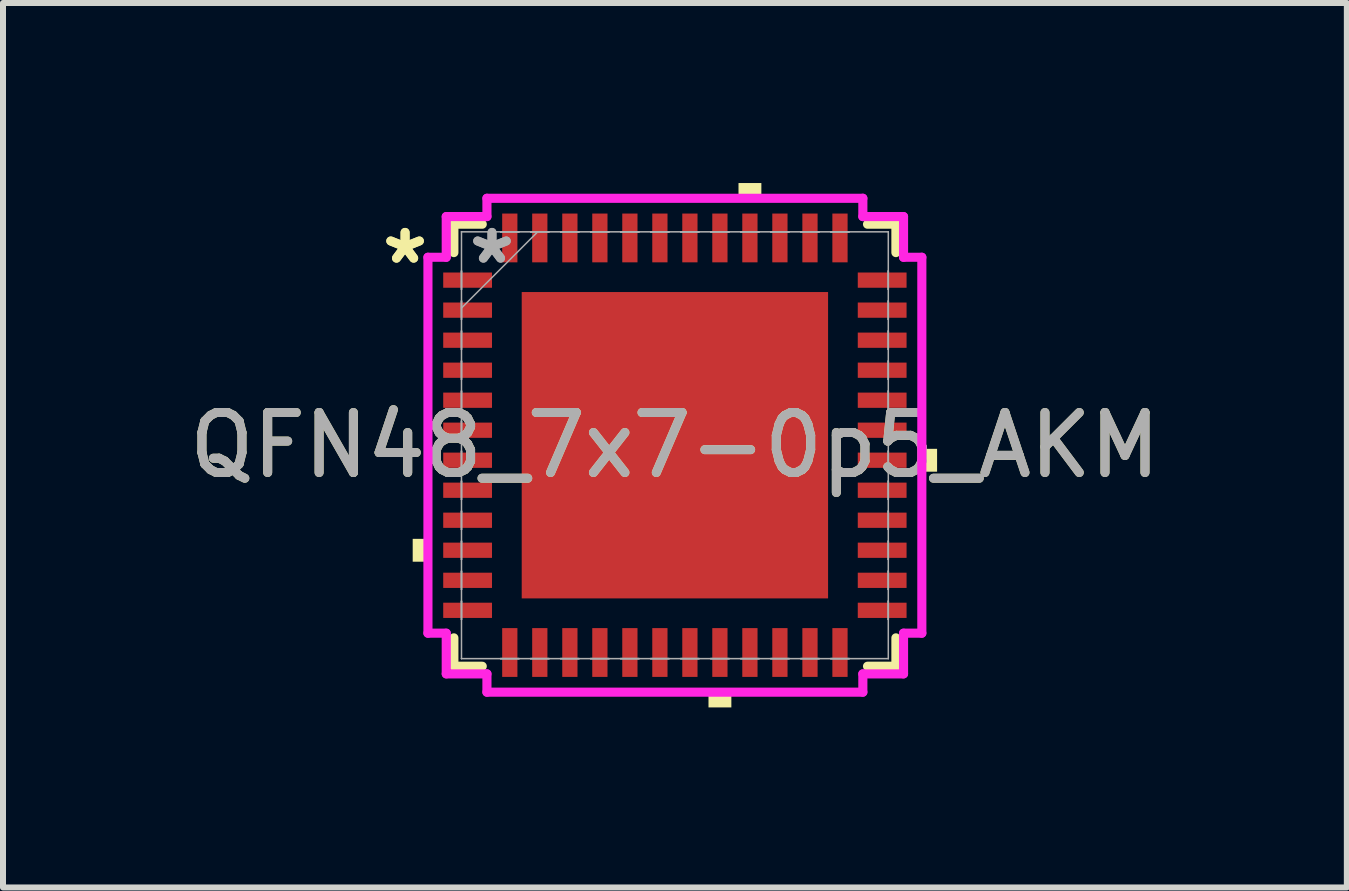
<source format=kicad_pcb>
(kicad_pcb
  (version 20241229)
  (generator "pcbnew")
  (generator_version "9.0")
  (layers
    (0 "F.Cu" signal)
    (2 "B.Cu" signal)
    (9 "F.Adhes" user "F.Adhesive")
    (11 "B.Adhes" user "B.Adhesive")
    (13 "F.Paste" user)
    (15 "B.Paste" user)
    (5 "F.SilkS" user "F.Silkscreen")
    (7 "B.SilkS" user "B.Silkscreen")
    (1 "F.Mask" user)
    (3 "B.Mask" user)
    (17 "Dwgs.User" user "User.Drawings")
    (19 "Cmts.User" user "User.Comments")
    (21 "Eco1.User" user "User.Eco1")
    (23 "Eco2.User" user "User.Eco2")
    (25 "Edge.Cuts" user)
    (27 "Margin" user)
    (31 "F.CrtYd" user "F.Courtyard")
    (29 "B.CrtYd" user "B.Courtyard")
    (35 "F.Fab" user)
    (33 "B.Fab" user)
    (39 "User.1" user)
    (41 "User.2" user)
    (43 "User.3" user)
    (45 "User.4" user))
  (footprint "QFN48_7x7-0p5_AKM"
    (layer "F.Cu")
    (at 8.196 4.369)
    (property "Reference" "QFN48_7x7-0p5_AKM" (at 0 0 0) (unlocked yes) (layer "F.SilkS") (effects (font (size 1 1) (thickness 0.15))))
    (attr smd)
    (fp_line (start -3.683 -3.683) (end -3.683 -3.21) (stroke (width 0.152) (type solid)) (layer "F.SilkS"))
    (fp_line (start -3.683 3.21) (end -3.683 3.683) (stroke (width 0.152) (type solid)) (layer "F.SilkS"))
    (fp_line (start -3.683 3.683) (end -3.21 3.683) (stroke (width 0.152) (type solid)) (layer "F.SilkS"))
    (fp_line (start -3.21 -3.683) (end -3.683 -3.683) (stroke (width 0.152) (type solid)) (layer "F.SilkS"))
    (fp_line (start 3.21 3.683) (end 3.683 3.683) (stroke (width 0.152) (type solid)) (layer "F.SilkS"))
    (fp_line (start 3.683 -3.683) (end 3.21 -3.683) (stroke (width 0.152) (type solid)) (layer "F.SilkS"))
    (fp_line (start 3.683 -3.21) (end 3.683 -3.683) (stroke (width 0.152) (type solid)) (layer "F.SilkS"))
    (fp_line (start 3.683 3.683) (end 3.683 3.21) (stroke (width 0.152) (type solid)) (layer "F.SilkS"))
    (fp_poly (pts (xy -4.369 1.56) (xy -4.369 1.941) (xy -4.115 1.941) (xy -4.115 1.56)) (stroke (width 0) (type solid)) (fill yes) (layer "F.SilkS"))
    (fp_poly (pts (xy 0.56 4.115) (xy 0.56 4.369) (xy 0.941 4.369) (xy 0.941 4.115)) (stroke (width 0) (type solid)) (fill yes) (layer "F.SilkS"))
    (fp_poly (pts (xy 1.06 -4.115) (xy 1.06 -4.369) (xy 1.441 -4.369) (xy 1.441 -4.115)) (stroke (width 0) (type solid)) (fill yes) (layer "F.SilkS"))
    (fp_poly (pts (xy 4.369 0.06) (xy 4.369 0.441) (xy 4.115 0.441) (xy 4.115 0.06)) (stroke (width 0) (type solid)) (fill yes) (layer "F.SilkS"))
    (fp_poly (pts (xy -2.453 -2.453) (xy -2.453 -1.376) (xy -1.376 -1.376) (xy -1.376 -2.453)) (stroke (width 0) (type solid)) (fill yes) (layer "F.Paste"))
    (fp_poly (pts (xy -2.453 -1.176) (xy -2.453 -0.1) (xy -1.376 -0.1) (xy -1.376 -1.176)) (stroke (width 0) (type solid)) (fill yes) (layer "F.Paste"))
    (fp_poly (pts (xy -2.453 0.1) (xy -2.453 1.176) (xy -1.376 1.176) (xy -1.376 0.1)) (stroke (width 0) (type solid)) (fill yes) (layer "F.Paste"))
    (fp_poly (pts (xy -2.453 1.376) (xy -2.453 2.453) (xy -1.376 2.453) (xy -1.376 1.376)) (stroke (width 0) (type solid)) (fill yes) (layer "F.Paste"))
    (fp_poly (pts (xy -1.176 -2.453) (xy -1.176 -1.376) (xy -0.1 -1.376) (xy -0.1 -2.453)) (stroke (width 0) (type solid)) (fill yes) (layer "F.Paste"))
    (fp_poly (pts (xy -1.176 -1.176) (xy -1.176 -0.1) (xy -0.1 -0.1) (xy -0.1 -1.176)) (stroke (width 0) (type solid)) (fill yes) (layer "F.Paste"))
    (fp_poly (pts (xy -1.176 0.1) (xy -1.176 1.176) (xy -0.1 1.176) (xy -0.1 0.1)) (stroke (width 0) (type solid)) (fill yes) (layer "F.Paste"))
    (fp_poly (pts (xy -1.176 1.376) (xy -1.176 2.453) (xy -0.1 2.453) (xy -0.1 1.376)) (stroke (width 0) (type solid)) (fill yes) (layer "F.Paste"))
    (fp_poly (pts (xy 0.1 -2.453) (xy 0.1 -1.376) (xy 1.176 -1.376) (xy 1.176 -2.453)) (stroke (width 0) (type solid)) (fill yes) (layer "F.Paste"))
    (fp_poly (pts (xy 0.1 -1.176) (xy 0.1 -0.1) (xy 1.176 -0.1) (xy 1.176 -1.176)) (stroke (width 0) (type solid)) (fill yes) (layer "F.Paste"))
    (fp_poly (pts (xy 0.1 0.1) (xy 0.1 1.176) (xy 1.176 1.176) (xy 1.176 0.1)) (stroke (width 0) (type solid)) (fill yes) (layer "F.Paste"))
    (fp_poly (pts (xy 0.1 1.376) (xy 0.1 2.453) (xy 1.176 2.453) (xy 1.176 1.376)) (stroke (width 0) (type solid)) (fill yes) (layer "F.Paste"))
    (fp_poly (pts (xy 1.376 -2.453) (xy 1.376 -1.376) (xy 2.453 -1.376) (xy 2.453 -2.453)) (stroke (width 0) (type solid)) (fill yes) (layer "F.Paste"))
    (fp_poly (pts (xy 1.376 -1.176) (xy 1.376 -0.1) (xy 2.453 -0.1) (xy 2.453 -1.176)) (stroke (width 0) (type solid)) (fill yes) (layer "F.Paste"))
    (fp_poly (pts (xy 1.376 0.1) (xy 1.376 1.176) (xy 2.453 1.176) (xy 2.453 0.1)) (stroke (width 0) (type solid)) (fill yes) (layer "F.Paste"))
    (fp_poly (pts (xy 1.376 1.376) (xy 1.376 2.453) (xy 2.453 2.453) (xy 2.453 1.376)) (stroke (width 0) (type solid)) (fill yes) (layer "F.Paste"))
    (fp_line (start -4.115 -3.132) (end -3.81 -3.132) (stroke (width 0.152) (type solid)) (layer "F.CrtYd"))
    (fp_line (start -4.115 3.132) (end -4.115 -3.132) (stroke (width 0.152) (type solid)) (layer "F.CrtYd"))
    (fp_line (start -3.81 -3.81) (end -3.132 -3.81) (stroke (width 0.152) (type solid)) (layer "F.CrtYd"))
    (fp_line (start -3.81 -3.132) (end -3.81 -3.81) (stroke (width 0.152) (type solid)) (layer "F.CrtYd"))
    (fp_line (start -3.81 3.132) (end -4.115 3.132) (stroke (width 0.152) (type solid)) (layer "F.CrtYd"))
    (fp_line (start -3.81 3.81) (end -3.81 3.132) (stroke (width 0.152) (type solid)) (layer "F.CrtYd"))
    (fp_line (start -3.132 -4.115) (end 3.132 -4.115) (stroke (width 0.152) (type solid)) (layer "F.CrtYd"))
    (fp_line (start -3.132 -3.81) (end -3.132 -4.115) (stroke (width 0.152) (type solid)) (layer "F.CrtYd"))
    (fp_line (start -3.132 3.81) (end -3.81 3.81) (stroke (width 0.152) (type solid)) (layer "F.CrtYd"))
    (fp_line (start -3.132 4.115) (end -3.132 3.81) (stroke (width 0.152) (type solid)) (layer "F.CrtYd"))
    (fp_line (start 3.132 -4.115) (end 3.132 -3.81) (stroke (width 0.152) (type solid)) (layer "F.CrtYd"))
    (fp_line (start 3.132 -3.81) (end 3.81 -3.81) (stroke (width 0.152) (type solid)) (layer "F.CrtYd"))
    (fp_line (start 3.132 3.81) (end 3.132 4.115) (stroke (width 0.152) (type solid)) (layer "F.CrtYd"))
    (fp_line (start 3.132 4.115) (end -3.132 4.115) (stroke (width 0.152) (type solid)) (layer "F.CrtYd"))
    (fp_line (start 3.81 -3.81) (end 3.81 -3.132) (stroke (width 0.152) (type solid)) (layer "F.CrtYd"))
    (fp_line (start 3.81 -3.132) (end 4.115 -3.132) (stroke (width 0.152) (type solid)) (layer "F.CrtYd"))
    (fp_line (start 3.81 3.132) (end 3.81 3.81) (stroke (width 0.152) (type solid)) (layer "F.CrtYd"))
    (fp_line (start 3.81 3.81) (end 3.132 3.81) (stroke (width 0.152) (type solid)) (layer "F.CrtYd"))
    (fp_line (start 4.115 -3.132) (end 4.115 3.132) (stroke (width 0.152) (type solid)) (layer "F.CrtYd"))
    (fp_line (start 4.115 3.132) (end 3.81 3.132) (stroke (width 0.152) (type solid)) (layer "F.CrtYd"))
    (fp_line (start -3.556 -3.556) (end -3.556 -3.556) (stroke (width 0.025) (type solid)) (layer "F.Fab"))
    (fp_line (start -3.556 -3.556) (end -3.556 3.556) (stroke (width 0.025) (type solid)) (layer "F.Fab"))
    (fp_line (start -3.556 -2.903) (end -3.556 -2.903) (stroke (width 0.025) (type solid)) (layer "F.Fab"))
    (fp_line (start -3.556 -2.903) (end -3.556 -2.598) (stroke (width 0.025) (type solid)) (layer "F.Fab"))
    (fp_line (start -3.556 -2.598) (end -3.556 -2.903) (stroke (width 0.025) (type solid)) (layer "F.Fab"))
    (fp_line (start -3.556 -2.598) (end -3.556 -2.598) (stroke (width 0.025) (type solid)) (layer "F.Fab"))
    (fp_line (start -3.556 -2.403) (end -3.556 -2.403) (stroke (width 0.025) (type solid)) (layer "F.Fab"))
    (fp_line (start -3.556 -2.403) (end -3.556 -2.098) (stroke (width 0.025) (type solid)) (layer "F.Fab"))
    (fp_line (start -3.556 -2.286) (end -2.286 -3.556) (stroke (width 0.025) (type solid)) (layer "F.Fab"))
    (fp_line (start -3.556 -2.098) (end -3.556 -2.403) (stroke (width 0.025) (type solid)) (layer "F.Fab"))
    (fp_line (start -3.556 -2.098) (end -3.556 -2.098) (stroke (width 0.025) (type solid)) (layer "F.Fab"))
    (fp_line (start -3.556 -1.903) (end -3.556 -1.903) (stroke (width 0.025) (type solid)) (layer "F.Fab"))
    (fp_line (start -3.556 -1.903) (end -3.556 -1.598) (stroke (width 0.025) (type solid)) (layer "F.Fab"))
    (fp_line (start -3.556 -1.598) (end -3.556 -1.903) (stroke (width 0.025) (type solid)) (layer "F.Fab"))
    (fp_line (start -3.556 -1.598) (end -3.556 -1.598) (stroke (width 0.025) (type solid)) (layer "F.Fab"))
    (fp_line (start -3.556 -1.403) (end -3.556 -1.403) (stroke (width 0.025) (type solid)) (layer "F.Fab"))
    (fp_line (start -3.556 -1.403) (end -3.556 -1.098) (stroke (width 0.025) (type solid)) (layer "F.Fab"))
    (fp_line (start -3.556 -1.098) (end -3.556 -1.403) (stroke (width 0.025) (type solid)) (layer "F.Fab"))
    (fp_line (start -3.556 -1.098) (end -3.556 -1.098) (stroke (width 0.025) (type solid)) (layer "F.Fab"))
    (fp_line (start -3.556 -0.903) (end -3.556 -0.903) (stroke (width 0.025) (type solid)) (layer "F.Fab"))
    (fp_line (start -3.556 -0.903) (end -3.556 -0.598) (stroke (width 0.025) (type solid)) (layer "F.Fab"))
    (fp_line (start -3.556 -0.598) (end -3.556 -0.903) (stroke (width 0.025) (type solid)) (layer "F.Fab"))
    (fp_line (start -3.556 -0.598) (end -3.556 -0.598) (stroke (width 0.025) (type solid)) (layer "F.Fab"))
    (fp_line (start -3.556 -0.402) (end -3.556 -0.402) (stroke (width 0.025) (type solid)) (layer "F.Fab"))
    (fp_line (start -3.556 -0.402) (end -3.556 -0.098) (stroke (width 0.025) (type solid)) (layer "F.Fab"))
    (fp_line (start -3.556 -0.098) (end -3.556 -0.402) (stroke (width 0.025) (type solid)) (layer "F.Fab"))
    (fp_line (start -3.556 -0.098) (end -3.556 -0.098) (stroke (width 0.025) (type solid)) (layer "F.Fab"))
    (fp_line (start -3.556 0.098) (end -3.556 0.098) (stroke (width 0.025) (type solid)) (layer "F.Fab"))
    (fp_line (start -3.556 0.098) (end -3.556 0.402) (stroke (width 0.025) (type solid)) (layer "F.Fab"))
    (fp_line (start -3.556 0.402) (end -3.556 0.098) (stroke (width 0.025) (type solid)) (layer "F.Fab"))
    (fp_line (start -3.556 0.402) (end -3.556 0.402) (stroke (width 0.025) (type solid)) (layer "F.Fab"))
    (fp_line (start -3.556 0.598) (end -3.556 0.598) (stroke (width 0.025) (type solid)) (layer "F.Fab"))
    (fp_line (start -3.556 0.598) (end -3.556 0.903) (stroke (width 0.025) (type solid)) (layer "F.Fab"))
    (fp_line (start -3.556 0.903) (end -3.556 0.598) (stroke (width 0.025) (type solid)) (layer "F.Fab"))
    (fp_line (start -3.556 0.903) (end -3.556 0.903) (stroke (width 0.025) (type solid)) (layer "F.Fab"))
    (fp_line (start -3.556 1.098) (end -3.556 1.098) (stroke (width 0.025) (type solid)) (layer "F.Fab"))
    (fp_line (start -3.556 1.098) (end -3.556 1.403) (stroke (width 0.025) (type solid)) (layer "F.Fab"))
    (fp_line (start -3.556 1.403) (end -3.556 1.098) (stroke (width 0.025) (type solid)) (layer "F.Fab"))
    (fp_line (start -3.556 1.403) (end -3.556 1.403) (stroke (width 0.025) (type solid)) (layer "F.Fab"))
    (fp_line (start -3.556 1.598) (end -3.556 1.598) (stroke (width 0.025) (type solid)) (layer "F.Fab"))
    (fp_line (start -3.556 1.598) (end -3.556 1.903) (stroke (width 0.025) (type solid)) (layer "F.Fab"))
    (fp_line (start -3.556 1.903) (end -3.556 1.598) (stroke (width 0.025) (type solid)) (layer "F.Fab"))
    (fp_line (start -3.556 1.903) (end -3.556 1.903) (stroke (width 0.025) (type solid)) (layer "F.Fab"))
    (fp_line (start -3.556 2.098) (end -3.556 2.098) (stroke (width 0.025) (type solid)) (layer "F.Fab"))
    (fp_line (start -3.556 2.098) (end -3.556 2.403) (stroke (width 0.025) (type solid)) (layer "F.Fab"))
    (fp_line (start -3.556 2.403) (end -3.556 2.098) (stroke (width 0.025) (type solid)) (layer "F.Fab"))
    (fp_line (start -3.556 2.403) (end -3.556 2.403) (stroke (width 0.025) (type solid)) (layer "F.Fab"))
    (fp_line (start -3.556 2.598) (end -3.556 2.598) (stroke (width 0.025) (type solid)) (layer "F.Fab"))
    (fp_line (start -3.556 2.598) (end -3.556 2.903) (stroke (width 0.025) (type solid)) (layer "F.Fab"))
    (fp_line (start -3.556 2.903) (end -3.556 2.598) (stroke (width 0.025) (type solid)) (layer "F.Fab"))
    (fp_line (start -3.556 2.903) (end -3.556 2.903) (stroke (width 0.025) (type solid)) (layer "F.Fab"))
    (fp_line (start -3.556 3.556) (end -3.556 3.556) (stroke (width 0.025) (type solid)) (layer "F.Fab"))
    (fp_line (start -3.556 3.556) (end 3.556 3.556) (stroke (width 0.025) (type solid)) (layer "F.Fab"))
    (fp_line (start -2.903 -3.556) (end -2.903 -3.556) (stroke (width 0.025) (type solid)) (layer "F.Fab"))
    (fp_line (start -2.903 -3.556) (end -2.598 -3.556) (stroke (width 0.025) (type solid)) (layer "F.Fab"))
    (fp_line (start -2.903 3.556) (end -2.903 3.556) (stroke (width 0.025) (type solid)) (layer "F.Fab"))
    (fp_line (start -2.903 3.556) (end -2.598 3.556) (stroke (width 0.025) (type solid)) (layer "F.Fab"))
    (fp_line (start -2.598 -3.556) (end -2.903 -3.556) (stroke (width 0.025) (type solid)) (layer "F.Fab"))
    (fp_line (start -2.598 -3.556) (end -2.598 -3.556) (stroke (width 0.025) (type solid)) (layer "F.Fab"))
    (fp_line (start -2.598 3.556) (end -2.903 3.556) (stroke (width 0.025) (type solid)) (layer "F.Fab"))
    (fp_line (start -2.598 3.556) (end -2.598 3.556) (stroke (width 0.025) (type solid)) (layer "F.Fab"))
    (fp_line (start -2.403 -3.556) (end -2.403 -3.556) (stroke (width 0.025) (type solid)) (layer "F.Fab"))
    (fp_line (start -2.403 -3.556) (end -2.098 -3.556) (stroke (width 0.025) (type solid)) (layer "F.Fab"))
    (fp_line (start -2.403 3.556) (end -2.403 3.556) (stroke (width 0.025) (type solid)) (layer "F.Fab"))
    (fp_line (start -2.403 3.556) (end -2.098 3.556) (stroke (width 0.025) (type solid)) (layer "F.Fab"))
    (fp_line (start -2.098 -3.556) (end -2.403 -3.556) (stroke (width 0.025) (type solid)) (layer "F.Fab"))
    (fp_line (start -2.098 -3.556) (end -2.098 -3.556) (stroke (width 0.025) (type solid)) (layer "F.Fab"))
    (fp_line (start -2.098 3.556) (end -2.403 3.556) (stroke (width 0.025) (type solid)) (layer "F.Fab"))
    (fp_line (start -2.098 3.556) (end -2.098 3.556) (stroke (width 0.025) (type solid)) (layer "F.Fab"))
    (fp_line (start -1.903 -3.556) (end -1.903 -3.556) (stroke (width 0.025) (type solid)) (layer "F.Fab"))
    (fp_line (start -1.903 -3.556) (end -1.598 -3.556) (stroke (width 0.025) (type solid)) (layer "F.Fab"))
    (fp_line (start -1.903 3.556) (end -1.903 3.556) (stroke (width 0.025) (type solid)) (layer "F.Fab"))
    (fp_line (start -1.903 3.556) (end -1.598 3.556) (stroke (width 0.025) (type solid)) (layer "F.Fab"))
    (fp_line (start -1.598 -3.556) (end -1.903 -3.556) (stroke (width 0.025) (type solid)) (layer "F.Fab"))
    (fp_line (start -1.598 -3.556) (end -1.598 -3.556) (stroke (width 0.025) (type solid)) (layer "F.Fab"))
    (fp_line (start -1.598 3.556) (end -1.903 3.556) (stroke (width 0.025) (type solid)) (layer "F.Fab"))
    (fp_line (start -1.598 3.556) (end -1.598 3.556) (stroke (width 0.025) (type solid)) (layer "F.Fab"))
    (fp_line (start -1.403 -3.556) (end -1.403 -3.556) (stroke (width 0.025) (type solid)) (layer "F.Fab"))
    (fp_line (start -1.403 -3.556) (end -1.098 -3.556) (stroke (width 0.025) (type solid)) (layer "F.Fab"))
    (fp_line (start -1.403 3.556) (end -1.403 3.556) (stroke (width 0.025) (type solid)) (layer "F.Fab"))
    (fp_line (start -1.403 3.556) (end -1.098 3.556) (stroke (width 0.025) (type solid)) (layer "F.Fab"))
    (fp_line (start -1.098 -3.556) (end -1.403 -3.556) (stroke (width 0.025) (type solid)) (layer "F.Fab"))
    (fp_line (start -1.098 -3.556) (end -1.098 -3.556) (stroke (width 0.025) (type solid)) (layer "F.Fab"))
    (fp_line (start -1.098 3.556) (end -1.403 3.556) (stroke (width 0.025) (type solid)) (layer "F.Fab"))
    (fp_line (start -1.098 3.556) (end -1.098 3.556) (stroke (width 0.025) (type solid)) (layer "F.Fab"))
    (fp_line (start -0.903 -3.556) (end -0.903 -3.556) (stroke (width 0.025) (type solid)) (layer "F.Fab"))
    (fp_line (start -0.903 -3.556) (end -0.598 -3.556) (stroke (width 0.025) (type solid)) (layer "F.Fab"))
    (fp_line (start -0.903 3.556) (end -0.903 3.556) (stroke (width 0.025) (type solid)) (layer "F.Fab"))
    (fp_line (start -0.903 3.556) (end -0.598 3.556) (stroke (width 0.025) (type solid)) (layer "F.Fab"))
    (fp_line (start -0.598 -3.556) (end -0.903 -3.556) (stroke (width 0.025) (type solid)) (layer "F.Fab"))
    (fp_line (start -0.598 -3.556) (end -0.598 -3.556) (stroke (width 0.025) (type solid)) (layer "F.Fab"))
    (fp_line (start -0.598 3.556) (end -0.903 3.556) (stroke (width 0.025) (type solid)) (layer "F.Fab"))
    (fp_line (start -0.598 3.556) (end -0.598 3.556) (stroke (width 0.025) (type solid)) (layer "F.Fab"))
    (fp_line (start -0.402 -3.556) (end -0.402 -3.556) (stroke (width 0.025) (type solid)) (layer "F.Fab"))
    (fp_line (start -0.402 -3.556) (end -0.098 -3.556) (stroke (width 0.025) (type solid)) (layer "F.Fab"))
    (fp_line (start -0.402 3.556) (end -0.402 3.556) (stroke (width 0.025) (type solid)) (layer "F.Fab"))
    (fp_line (start -0.402 3.556) (end -0.098 3.556) (stroke (width 0.025) (type solid)) (layer "F.Fab"))
    (fp_line (start -0.098 -3.556) (end -0.402 -3.556) (stroke (width 0.025) (type solid)) (layer "F.Fab"))
    (fp_line (start -0.098 -3.556) (end -0.098 -3.556) (stroke (width 0.025) (type solid)) (layer "F.Fab"))
    (fp_line (start -0.098 3.556) (end -0.402 3.556) (stroke (width 0.025) (type solid)) (layer "F.Fab"))
    (fp_line (start -0.098 3.556) (end -0.098 3.556) (stroke (width 0.025) (type solid)) (layer "F.Fab"))
    (fp_line (start 0.098 -3.556) (end 0.098 -3.556) (stroke (width 0.025) (type solid)) (layer "F.Fab"))
    (fp_line (start 0.098 -3.556) (end 0.402 -3.556) (stroke (width 0.025) (type solid)) (layer "F.Fab"))
    (fp_line (start 0.098 3.556) (end 0.098 3.556) (stroke (width 0.025) (type solid)) (layer "F.Fab"))
    (fp_line (start 0.098 3.556) (end 0.402 3.556) (stroke (width 0.025) (type solid)) (layer "F.Fab"))
    (fp_line (start 0.402 -3.556) (end 0.098 -3.556) (stroke (width 0.025) (type solid)) (layer "F.Fab"))
    (fp_line (start 0.402 -3.556) (end 0.402 -3.556) (stroke (width 0.025) (type solid)) (layer "F.Fab"))
    (fp_line (start 0.402 3.556) (end 0.098 3.556) (stroke (width 0.025) (type solid)) (layer "F.Fab"))
    (fp_line (start 0.402 3.556) (end 0.402 3.556) (stroke (width 0.025) (type solid)) (layer "F.Fab"))
    (fp_line (start 0.598 -3.556) (end 0.598 -3.556) (stroke (width 0.025) (type solid)) (layer "F.Fab"))
    (fp_line (start 0.598 -3.556) (end 0.903 -3.556) (stroke (width 0.025) (type solid)) (layer "F.Fab"))
    (fp_line (start 0.598 3.556) (end 0.598 3.556) (stroke (width 0.025) (type solid)) (layer "F.Fab"))
    (fp_line (start 0.598 3.556) (end 0.903 3.556) (stroke (width 0.025) (type solid)) (layer "F.Fab"))
    (fp_line (start 0.903 -3.556) (end 0.598 -3.556) (stroke (width 0.025) (type solid)) (layer "F.Fab"))
    (fp_line (start 0.903 -3.556) (end 0.903 -3.556) (stroke (width 0.025) (type solid)) (layer "F.Fab"))
    (fp_line (start 0.903 3.556) (end 0.598 3.556) (stroke (width 0.025) (type solid)) (layer "F.Fab"))
    (fp_line (start 0.903 3.556) (end 0.903 3.556) (stroke (width 0.025) (type solid)) (layer "F.Fab"))
    (fp_line (start 1.098 -3.556) (end 1.098 -3.556) (stroke (width 0.025) (type solid)) (layer "F.Fab"))
    (fp_line (start 1.098 -3.556) (end 1.403 -3.556) (stroke (width 0.025) (type solid)) (layer "F.Fab"))
    (fp_line (start 1.098 3.556) (end 1.098 3.556) (stroke (width 0.025) (type solid)) (layer "F.Fab"))
    (fp_line (start 1.098 3.556) (end 1.403 3.556) (stroke (width 0.025) (type solid)) (layer "F.Fab"))
    (fp_line (start 1.403 -3.556) (end 1.098 -3.556) (stroke (width 0.025) (type solid)) (layer "F.Fab"))
    (fp_line (start 1.403 -3.556) (end 1.403 -3.556) (stroke (width 0.025) (type solid)) (layer "F.Fab"))
    (fp_line (start 1.403 3.556) (end 1.098 3.556) (stroke (width 0.025) (type solid)) (layer "F.Fab"))
    (fp_line (start 1.403 3.556) (end 1.403 3.556) (stroke (width 0.025) (type solid)) (layer "F.Fab"))
    (fp_line (start 1.598 -3.556) (end 1.598 -3.556) (stroke (width 0.025) (type solid)) (layer "F.Fab"))
    (fp_line (start 1.598 -3.556) (end 1.903 -3.556) (stroke (width 0.025) (type solid)) (layer "F.Fab"))
    (fp_line (start 1.598 3.556) (end 1.598 3.556) (stroke (width 0.025) (type solid)) (layer "F.Fab"))
    (fp_line (start 1.598 3.556) (end 1.903 3.556) (stroke (width 0.025) (type solid)) (layer "F.Fab"))
    (fp_line (start 1.903 -3.556) (end 1.598 -3.556) (stroke (width 0.025) (type solid)) (layer "F.Fab"))
    (fp_line (start 1.903 -3.556) (end 1.903 -3.556) (stroke (width 0.025) (type solid)) (layer "F.Fab"))
    (fp_line (start 1.903 3.556) (end 1.598 3.556) (stroke (width 0.025) (type solid)) (layer "F.Fab"))
    (fp_line (start 1.903 3.556) (end 1.903 3.556) (stroke (width 0.025) (type solid)) (layer "F.Fab"))
    (fp_line (start 2.098 -3.556) (end 2.098 -3.556) (stroke (width 0.025) (type solid)) (layer "F.Fab"))
    (fp_line (start 2.098 -3.556) (end 2.403 -3.556) (stroke (width 0.025) (type solid)) (layer "F.Fab"))
    (fp_line (start 2.098 3.556) (end 2.098 3.556) (stroke (width 0.025) (type solid)) (layer "F.Fab"))
    (fp_line (start 2.098 3.556) (end 2.403 3.556) (stroke (width 0.025) (type solid)) (layer "F.Fab"))
    (fp_line (start 2.403 -3.556) (end 2.098 -3.556) (stroke (width 0.025) (type solid)) (layer "F.Fab"))
    (fp_line (start 2.403 -3.556) (end 2.403 -3.556) (stroke (width 0.025) (type solid)) (layer "F.Fab"))
    (fp_line (start 2.403 3.556) (end 2.098 3.556) (stroke (width 0.025) (type solid)) (layer "F.Fab"))
    (fp_line (start 2.403 3.556) (end 2.403 3.556) (stroke (width 0.025) (type solid)) (layer "F.Fab"))
    (fp_line (start 2.598 -3.556) (end 2.598 -3.556) (stroke (width 0.025) (type solid)) (layer "F.Fab"))
    (fp_line (start 2.598 -3.556) (end 2.903 -3.556) (stroke (width 0.025) (type solid)) (layer "F.Fab"))
    (fp_line (start 2.598 3.556) (end 2.598 3.556) (stroke (width 0.025) (type solid)) (layer "F.Fab"))
    (fp_line (start 2.598 3.556) (end 2.903 3.556) (stroke (width 0.025) (type solid)) (layer "F.Fab"))
    (fp_line (start 2.903 -3.556) (end 2.598 -3.556) (stroke (width 0.025) (type solid)) (layer "F.Fab"))
    (fp_line (start 2.903 -3.556) (end 2.903 -3.556) (stroke (width 0.025) (type solid)) (layer "F.Fab"))
    (fp_line (start 2.903 3.556) (end 2.598 3.556) (stroke (width 0.025) (type solid)) (layer "F.Fab"))
    (fp_line (start 2.903 3.556) (end 2.903 3.556) (stroke (width 0.025) (type solid)) (layer "F.Fab"))
    (fp_line (start 3.556 -3.556) (end -3.556 -3.556) (stroke (width 0.025) (type solid)) (layer "F.Fab"))
    (fp_line (start 3.556 -3.556) (end 3.556 -3.556) (stroke (width 0.025) (type solid)) (layer "F.Fab"))
    (fp_line (start 3.556 -2.903) (end 3.556 -2.903) (stroke (width 0.025) (type solid)) (layer "F.Fab"))
    (fp_line (start 3.556 -2.903) (end 3.556 -2.598) (stroke (width 0.025) (type solid)) (layer "F.Fab"))
    (fp_line (start 3.556 -2.598) (end 3.556 -2.903) (stroke (width 0.025) (type solid)) (layer "F.Fab"))
    (fp_line (start 3.556 -2.598) (end 3.556 -2.598) (stroke (width 0.025) (type solid)) (layer "F.Fab"))
    (fp_line (start 3.556 -2.403) (end 3.556 -2.403) (stroke (width 0.025) (type solid)) (layer "F.Fab"))
    (fp_line (start 3.556 -2.403) (end 3.556 -2.098) (stroke (width 0.025) (type solid)) (layer "F.Fab"))
    (fp_line (start 3.556 -2.098) (end 3.556 -2.403) (stroke (width 0.025) (type solid)) (layer "F.Fab"))
    (fp_line (start 3.556 -2.098) (end 3.556 -2.098) (stroke (width 0.025) (type solid)) (layer "F.Fab"))
    (fp_line (start 3.556 -1.903) (end 3.556 -1.903) (stroke (width 0.025) (type solid)) (layer "F.Fab"))
    (fp_line (start 3.556 -1.903) (end 3.556 -1.598) (stroke (width 0.025) (type solid)) (layer "F.Fab"))
    (fp_line (start 3.556 -1.598) (end 3.556 -1.903) (stroke (width 0.025) (type solid)) (layer "F.Fab"))
    (fp_line (start 3.556 -1.598) (end 3.556 -1.598) (stroke (width 0.025) (type solid)) (layer "F.Fab"))
    (fp_line (start 3.556 -1.403) (end 3.556 -1.403) (stroke (width 0.025) (type solid)) (layer "F.Fab"))
    (fp_line (start 3.556 -1.403) (end 3.556 -1.098) (stroke (width 0.025) (type solid)) (layer "F.Fab"))
    (fp_line (start 3.556 -1.098) (end 3.556 -1.403) (stroke (width 0.025) (type solid)) (layer "F.Fab"))
    (fp_line (start 3.556 -1.098) (end 3.556 -1.098) (stroke (width 0.025) (type solid)) (layer "F.Fab"))
    (fp_line (start 3.556 -0.903) (end 3.556 -0.903) (stroke (width 0.025) (type solid)) (layer "F.Fab"))
    (fp_line (start 3.556 -0.903) (end 3.556 -0.598) (stroke (width 0.025) (type solid)) (layer "F.Fab"))
    (fp_line (start 3.556 -0.598) (end 3.556 -0.903) (stroke (width 0.025) (type solid)) (layer "F.Fab"))
    (fp_line (start 3.556 -0.598) (end 3.556 -0.598) (stroke (width 0.025) (type solid)) (layer "F.Fab"))
    (fp_line (start 3.556 -0.402) (end 3.556 -0.402) (stroke (width 0.025) (type solid)) (layer "F.Fab"))
    (fp_line (start 3.556 -0.402) (end 3.556 -0.098) (stroke (width 0.025) (type solid)) (layer "F.Fab"))
    (fp_line (start 3.556 -0.098) (end 3.556 -0.402) (stroke (width 0.025) (type solid)) (layer "F.Fab"))
    (fp_line (start 3.556 -0.098) (end 3.556 -0.098) (stroke (width 0.025) (type solid)) (layer "F.Fab"))
    (fp_line (start 3.556 0.098) (end 3.556 0.098) (stroke (width 0.025) (type solid)) (layer "F.Fab"))
    (fp_line (start 3.556 0.098) (end 3.556 0.402) (stroke (width 0.025) (type solid)) (layer "F.Fab"))
    (fp_line (start 3.556 0.402) (end 3.556 0.098) (stroke (width 0.025) (type solid)) (layer "F.Fab"))
    (fp_line (start 3.556 0.402) (end 3.556 0.402) (stroke (width 0.025) (type solid)) (layer "F.Fab"))
    (fp_line (start 3.556 0.598) (end 3.556 0.598) (stroke (width 0.025) (type solid)) (layer "F.Fab"))
    (fp_line (start 3.556 0.598) (end 3.556 0.903) (stroke (width 0.025) (type solid)) (layer "F.Fab"))
    (fp_line (start 3.556 0.903) (end 3.556 0.598) (stroke (width 0.025) (type solid)) (layer "F.Fab"))
    (fp_line (start 3.556 0.903) (end 3.556 0.903) (stroke (width 0.025) (type solid)) (layer "F.Fab"))
    (fp_line (start 3.556 1.098) (end 3.556 1.098) (stroke (width 0.025) (type solid)) (layer "F.Fab"))
    (fp_line (start 3.556 1.098) (end 3.556 1.403) (stroke (width 0.025) (type solid)) (layer "F.Fab"))
    (fp_line (start 3.556 1.403) (end 3.556 1.098) (stroke (width 0.025) (type solid)) (layer "F.Fab"))
    (fp_line (start 3.556 1.403) (end 3.556 1.403) (stroke (width 0.025) (type solid)) (layer "F.Fab"))
    (fp_line (start 3.556 1.598) (end 3.556 1.598) (stroke (width 0.025) (type solid)) (layer "F.Fab"))
    (fp_line (start 3.556 1.598) (end 3.556 1.903) (stroke (width 0.025) (type solid)) (layer "F.Fab"))
    (fp_line (start 3.556 1.903) (end 3.556 1.598) (stroke (width 0.025) (type solid)) (layer "F.Fab"))
    (fp_line (start 3.556 1.903) (end 3.556 1.903) (stroke (width 0.025) (type solid)) (layer "F.Fab"))
    (fp_line (start 3.556 2.098) (end 3.556 2.098) (stroke (width 0.025) (type solid)) (layer "F.Fab"))
    (fp_line (start 3.556 2.098) (end 3.556 2.403) (stroke (width 0.025) (type solid)) (layer "F.Fab"))
    (fp_line (start 3.556 2.403) (end 3.556 2.098) (stroke (width 0.025) (type solid)) (layer "F.Fab"))
    (fp_line (start 3.556 2.403) (end 3.556 2.403) (stroke (width 0.025) (type solid)) (layer "F.Fab"))
    (fp_line (start 3.556 2.598) (end 3.556 2.598) (stroke (width 0.025) (type solid)) (layer "F.Fab"))
    (fp_line (start 3.556 2.598) (end 3.556 2.903) (stroke (width 0.025) (type solid)) (layer "F.Fab"))
    (fp_line (start 3.556 2.903) (end 3.556 2.598) (stroke (width 0.025) (type solid)) (layer "F.Fab"))
    (fp_line (start 3.556 2.903) (end 3.556 2.903) (stroke (width 0.025) (type solid)) (layer "F.Fab"))
    (fp_line (start 3.556 3.556) (end 3.556 -3.556) (stroke (width 0.025) (type solid)) (layer "F.Fab"))
    (fp_line (start 3.556 3.556) (end 3.556 3.556) (stroke (width 0.025) (type solid)) (layer "F.Fab"))
    (fp_text user "*" (at -4.496 -3.001 0) (unlocked yes) (layer "F.SilkS") (effects (font (size 1 1) (thickness 0.15))))
    (fp_text user "*" (at -4.496 -3.001 0) (layer "F.SilkS") (effects (font (size 1 1) (thickness 0.15))))
    (fp_text user "*" (at -3.048 -3.001 0) (unlocked yes) (layer "F.Fab") (effects (font (size 1 1) (thickness 0.15))))
    (fp_text user "*" (at -3.048 -3.001 0) (layer "F.Fab") (effects (font (size 1 1) (thickness 0.15))))
    (fp_text user "${REFERENCE}" (at 0 0 0) (unlocked yes) (layer "F.Fab") (effects (font (size 1 1) (thickness 0.15))))
    (pad "1" smd rect (at -3.454 -2.751 90) (size 0.254 0.813) (layers "F.Cu" "F.Mask" "F.Paste"))
    (pad "2" smd rect (at -3.454 -2.251 90) (size 0.254 0.813) (layers "F.Cu" "F.Mask" "F.Paste"))
    (pad "3" smd rect (at -3.454 -1.75 90) (size 0.254 0.813) (layers "F.Cu" "F.Mask" "F.Paste"))
    (pad "4" smd rect (at -3.454 -1.25 90) (size 0.254 0.813) (layers "F.Cu" "F.Mask" "F.Paste"))
    (pad "5" smd rect (at -3.454 -0.75 90) (size 0.254 0.813) (layers "F.Cu" "F.Mask" "F.Paste"))
    (pad "6" smd rect (at -3.454 -0.25 90) (size 0.254 0.813) (layers "F.Cu" "F.Mask" "F.Paste"))
    (pad "7" smd rect (at -3.454 0.25 90) (size 0.254 0.813) (layers "F.Cu" "F.Mask" "F.Paste"))
    (pad "8" smd rect (at -3.454 0.75 90) (size 0.254 0.813) (layers "F.Cu" "F.Mask" "F.Paste"))
    (pad "9" smd rect (at -3.454 1.25 90) (size 0.254 0.813) (layers "F.Cu" "F.Mask" "F.Paste"))
    (pad "10" smd rect (at -3.454 1.75 90) (size 0.254 0.813) (layers "F.Cu" "F.Mask" "F.Paste"))
    (pad "11" smd rect (at -3.454 2.251 90) (size 0.254 0.813) (layers "F.Cu" "F.Mask" "F.Paste"))
    (pad "12" smd rect (at -3.454 2.751 90) (size 0.254 0.813) (layers "F.Cu" "F.Mask" "F.Paste"))
    (pad "13" smd rect (at -2.751 3.454) (size 0.254 0.813) (layers "F.Cu" "F.Mask" "F.Paste"))
    (pad "14" smd rect (at -2.251 3.454) (size 0.254 0.813) (layers "F.Cu" "F.Mask" "F.Paste"))
    (pad "15" smd rect (at -1.75 3.454) (size 0.254 0.813) (layers "F.Cu" "F.Mask" "F.Paste"))
    (pad "16" smd rect (at -1.25 3.454) (size 0.254 0.813) (layers "F.Cu" "F.Mask" "F.Paste"))
    (pad "17" smd rect (at -0.75 3.454) (size 0.254 0.813) (layers "F.Cu" "F.Mask" "F.Paste"))
    (pad "18" smd rect (at -0.25 3.454) (size 0.254 0.813) (layers "F.Cu" "F.Mask" "F.Paste"))
    (pad "19" smd rect (at 0.25 3.454) (size 0.254 0.813) (layers "F.Cu" "F.Mask" "F.Paste"))
    (pad "20" smd rect (at 0.75 3.454) (size 0.254 0.813) (layers "F.Cu" "F.Mask" "F.Paste"))
    (pad "21" smd rect (at 1.25 3.454) (size 0.254 0.813) (layers "F.Cu" "F.Mask" "F.Paste"))
    (pad "22" smd rect (at 1.75 3.454) (size 0.254 0.813) (layers "F.Cu" "F.Mask" "F.Paste"))
    (pad "23" smd rect (at 2.251 3.454) (size 0.254 0.813) (layers "F.Cu" "F.Mask" "F.Paste"))
    (pad "24" smd rect (at 2.751 3.454) (size 0.254 0.813) (layers "F.Cu" "F.Mask" "F.Paste"))
    (pad "25" smd rect (at 3.454 2.751 90) (size 0.254 0.813) (layers "F.Cu" "F.Mask" "F.Paste"))
    (pad "26" smd rect (at 3.454 2.251 90) (size 0.254 0.813) (layers "F.Cu" "F.Mask" "F.Paste"))
    (pad "27" smd rect (at 3.454 1.75 90) (size 0.254 0.813) (layers "F.Cu" "F.Mask" "F.Paste"))
    (pad "28" smd rect (at 3.454 1.25 90) (size 0.254 0.813) (layers "F.Cu" "F.Mask" "F.Paste"))
    (pad "29" smd rect (at 3.454 0.75 90) (size 0.254 0.813) (layers "F.Cu" "F.Mask" "F.Paste"))
    (pad "30" smd rect (at 3.454 0.25 90) (size 0.254 0.813) (layers "F.Cu" "F.Mask" "F.Paste"))
    (pad "31" smd rect (at 3.454 -0.25 90) (size 0.254 0.813) (layers "F.Cu" "F.Mask" "F.Paste"))
    (pad "32" smd rect (at 3.454 -0.75 90) (size 0.254 0.813) (layers "F.Cu" "F.Mask" "F.Paste"))
    (pad "33" smd rect (at 3.454 -1.25 90) (size 0.254 0.813) (layers "F.Cu" "F.Mask" "F.Paste"))
    (pad "34" smd rect (at 3.454 -1.75 90) (size 0.254 0.813) (layers "F.Cu" "F.Mask" "F.Paste"))
    (pad "35" smd rect (at 3.454 -2.251 90) (size 0.254 0.813) (layers "F.Cu" "F.Mask" "F.Paste"))
    (pad "36" smd rect (at 3.454 -2.751 90) (size 0.254 0.813) (layers "F.Cu" "F.Mask" "F.Paste"))
    (pad "37" smd rect (at 2.751 -3.454) (size 0.254 0.813) (layers "F.Cu" "F.Mask" "F.Paste"))
    (pad "38" smd rect (at 2.251 -3.454) (size 0.254 0.813) (layers "F.Cu" "F.Mask" "F.Paste"))
    (pad "39" smd rect (at 1.75 -3.454) (size 0.254 0.813) (layers "F.Cu" "F.Mask" "F.Paste"))
    (pad "40" smd rect (at 1.25 -3.454) (size 0.254 0.813) (layers "F.Cu" "F.Mask" "F.Paste"))
    (pad "41" smd rect (at 0.75 -3.454) (size 0.254 0.813) (layers "F.Cu" "F.Mask" "F.Paste"))
    (pad "42" smd rect (at 0.25 -3.454) (size 0.254 0.813) (layers "F.Cu" "F.Mask" "F.Paste"))
    (pad "43" smd rect (at -0.25 -3.454) (size 0.254 0.813) (layers "F.Cu" "F.Mask" "F.Paste"))
    (pad "44" smd rect (at -0.75 -3.454) (size 0.254 0.813) (layers "F.Cu" "F.Mask" "F.Paste"))
    (pad "45" smd rect (at -1.25 -3.454) (size 0.254 0.813) (layers "F.Cu" "F.Mask" "F.Paste"))
    (pad "46" smd rect (at -1.75 -3.454) (size 0.254 0.813) (layers "F.Cu" "F.Mask" "F.Paste"))
    (pad "47" smd rect (at -2.251 -3.454) (size 0.254 0.813) (layers "F.Cu" "F.Mask" "F.Paste"))
    (pad "48" smd rect (at -2.751 -3.454) (size 0.254 0.813) (layers "F.Cu" "F.Mask" "F.Paste"))
    (pad "49" smd rect (at 0 0) (size 5.105 5.105) (layers "F.Cu" "F.Mask" "F.Paste")))
  (gr_rect
    (start -3 -3)
    (end 19.393 11.738)
    (stroke (width 0.1) (type default))
    (fill no)
    (layer "Edge.Cuts")))
</source>
